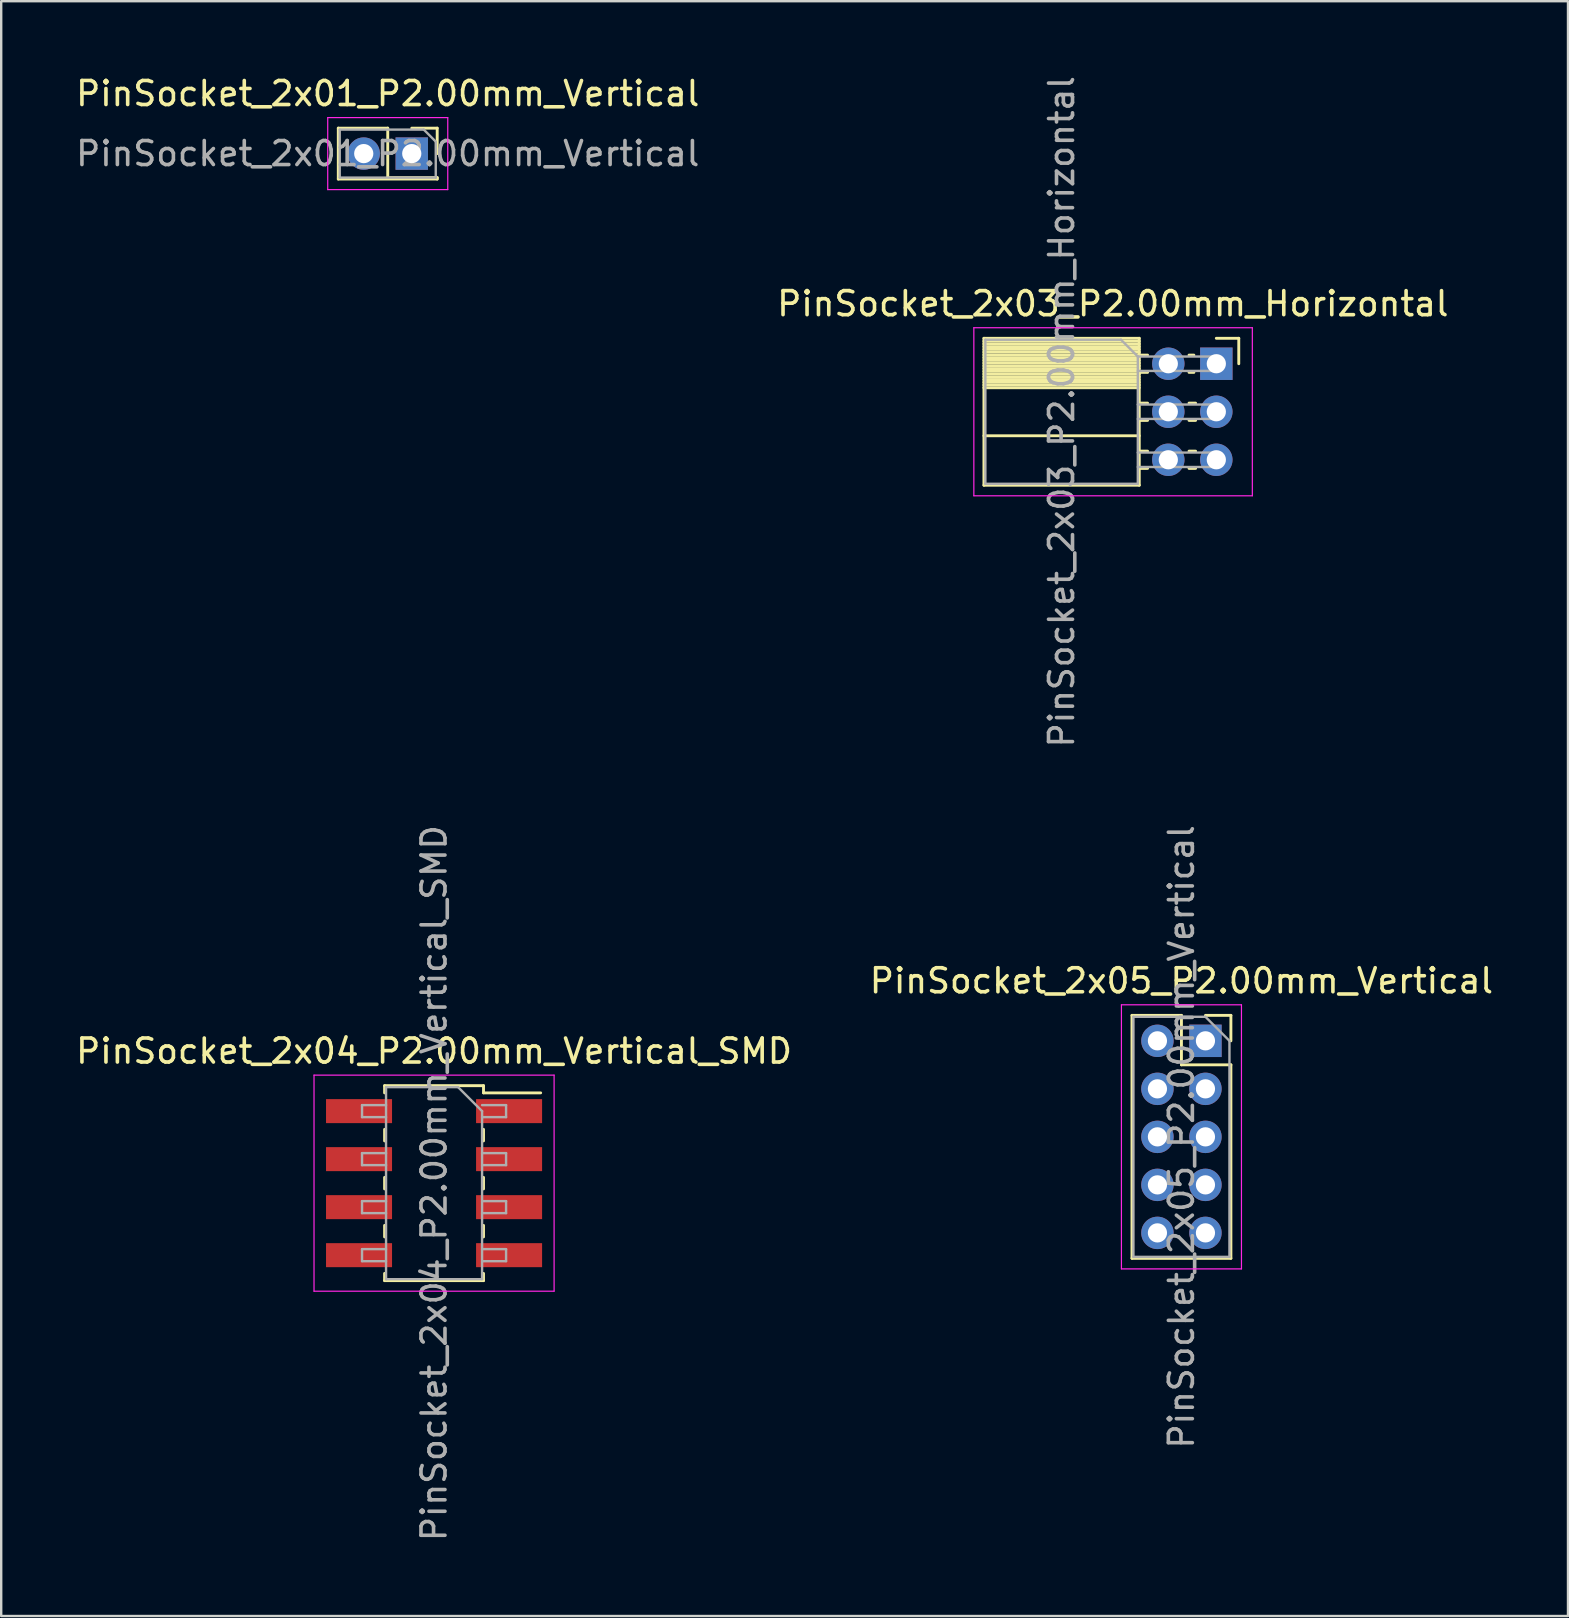
<source format=kicad_pcb>
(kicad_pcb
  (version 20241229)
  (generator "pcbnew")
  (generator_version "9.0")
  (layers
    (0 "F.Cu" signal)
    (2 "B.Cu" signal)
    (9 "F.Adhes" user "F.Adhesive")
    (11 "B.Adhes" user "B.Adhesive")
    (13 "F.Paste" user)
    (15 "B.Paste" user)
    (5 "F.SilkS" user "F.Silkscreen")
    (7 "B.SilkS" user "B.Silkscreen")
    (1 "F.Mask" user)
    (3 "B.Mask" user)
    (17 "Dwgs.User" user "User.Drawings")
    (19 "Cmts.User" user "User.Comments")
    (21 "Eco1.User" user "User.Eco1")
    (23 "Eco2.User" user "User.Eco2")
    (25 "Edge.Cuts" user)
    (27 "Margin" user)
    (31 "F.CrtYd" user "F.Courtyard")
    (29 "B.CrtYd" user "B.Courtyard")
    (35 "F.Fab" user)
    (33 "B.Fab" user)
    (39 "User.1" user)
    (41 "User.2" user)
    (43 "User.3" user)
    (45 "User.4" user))
  (footprint "PinSocket_2x04_P2.00mm_Vertical_SMD"
    (layer "F.Cu")
    (at 15.03 46.232)
    (property "Reference" "PinSocket_2x04_P2.00mm_Vertical_SMD" (at 0 -5.5 0) (layer "F.SilkS") (effects (font (size 1 1) (thickness 0.15))))
    (attr smd)
    (fp_line (start -2.06 -4.06) (end -2.06 -3.76) (stroke (width 0.12) (type solid)) (layer "F.SilkS"))
    (fp_line (start -2.06 -4.06) (end 2.06 -4.06) (stroke (width 0.12) (type solid)) (layer "F.SilkS"))
    (fp_line (start -2.06 -2.24) (end -2.06 -1.76) (stroke (width 0.12) (type solid)) (layer "F.SilkS"))
    (fp_line (start -2.06 -0.24) (end -2.06 0.24) (stroke (width 0.12) (type solid)) (layer "F.SilkS"))
    (fp_line (start -2.06 1.76) (end -2.06 2.24) (stroke (width 0.12) (type solid)) (layer "F.SilkS"))
    (fp_line (start -2.06 3.76) (end -2.06 4.06) (stroke (width 0.12) (type solid)) (layer "F.SilkS"))
    (fp_line (start -2.06 4.06) (end 2.06 4.06) (stroke (width 0.12) (type solid)) (layer "F.SilkS"))
    (fp_line (start 2.06 -4.06) (end 2.06 -3.76) (stroke (width 0.12) (type solid)) (layer "F.SilkS"))
    (fp_line (start 2.06 -3.76) (end 4.44 -3.76) (stroke (width 0.12) (type solid)) (layer "F.SilkS"))
    (fp_line (start 2.06 -2.24) (end 2.06 -1.76) (stroke (width 0.12) (type solid)) (layer "F.SilkS"))
    (fp_line (start 2.06 -0.24) (end 2.06 0.24) (stroke (width 0.12) (type solid)) (layer "F.SilkS"))
    (fp_line (start 2.06 1.76) (end 2.06 2.24) (stroke (width 0.12) (type solid)) (layer "F.SilkS"))
    (fp_line (start 2.06 3.76) (end 2.06 4.06) (stroke (width 0.12) (type solid)) (layer "F.SilkS"))
    (fp_line (start -5 -4.5) (end 5 -4.5) (stroke (width 0.05) (type solid)) (layer "F.CrtYd"))
    (fp_line (start -5 4.5) (end -5 -4.5) (stroke (width 0.05) (type solid)) (layer "F.CrtYd"))
    (fp_line (start 5 -4.5) (end 5 4.5) (stroke (width 0.05) (type solid)) (layer "F.CrtYd"))
    (fp_line (start 5 4.5) (end -5 4.5) (stroke (width 0.05) (type solid)) (layer "F.CrtYd"))
    (fp_line (start -3 -3.25) (end -2 -3.25) (stroke (width 0.1) (type solid)) (layer "F.Fab"))
    (fp_line (start -3 -2.75) (end -3 -3.25) (stroke (width 0.1) (type solid)) (layer "F.Fab"))
    (fp_line (start -3 -1.25) (end -2 -1.25) (stroke (width 0.1) (type solid)) (layer "F.Fab"))
    (fp_line (start -3 -0.75) (end -3 -1.25) (stroke (width 0.1) (type solid)) (layer "F.Fab"))
    (fp_line (start -3 0.75) (end -2 0.75) (stroke (width 0.1) (type solid)) (layer "F.Fab"))
    (fp_line (start -3 1.25) (end -3 0.75) (stroke (width 0.1) (type solid)) (layer "F.Fab"))
    (fp_line (start -3 2.75) (end -2 2.75) (stroke (width 0.1) (type solid)) (layer "F.Fab"))
    (fp_line (start -3 3.25) (end -3 2.75) (stroke (width 0.1) (type solid)) (layer "F.Fab"))
    (fp_line (start -2 -4) (end 1 -4) (stroke (width 0.1) (type solid)) (layer "F.Fab"))
    (fp_line (start -2 -2.75) (end -3 -2.75) (stroke (width 0.1) (type solid)) (layer "F.Fab"))
    (fp_line (start -2 -0.75) (end -3 -0.75) (stroke (width 0.1) (type solid)) (layer "F.Fab"))
    (fp_line (start -2 1.25) (end -3 1.25) (stroke (width 0.1) (type solid)) (layer "F.Fab"))
    (fp_line (start -2 3.25) (end -3 3.25) (stroke (width 0.1) (type solid)) (layer "F.Fab"))
    (fp_line (start -2 4) (end -2 -4) (stroke (width 0.1) (type solid)) (layer "F.Fab"))
    (fp_line (start 1 -4) (end 2 -3) (stroke (width 0.1) (type solid)) (layer "F.Fab"))
    (fp_line (start 2 -3.25) (end 3 -3.25) (stroke (width 0.1) (type solid)) (layer "F.Fab"))
    (fp_line (start 2 -3) (end 2 4) (stroke (width 0.1) (type solid)) (layer "F.Fab"))
    (fp_line (start 2 -1.25) (end 3 -1.25) (stroke (width 0.1) (type solid)) (layer "F.Fab"))
    (fp_line (start 2 0.75) (end 3 0.75) (stroke (width 0.1) (type solid)) (layer "F.Fab"))
    (fp_line (start 2 2.75) (end 3 2.75) (stroke (width 0.1) (type solid)) (layer "F.Fab"))
    (fp_line (start 2 4) (end -2 4) (stroke (width 0.1) (type solid)) (layer "F.Fab"))
    (fp_line (start 3 -3.25) (end 3 -2.75) (stroke (width 0.1) (type solid)) (layer "F.Fab"))
    (fp_line (start 3 -2.75) (end 2 -2.75) (stroke (width 0.1) (type solid)) (layer "F.Fab"))
    (fp_line (start 3 -1.25) (end 3 -0.75) (stroke (width 0.1) (type solid)) (layer "F.Fab"))
    (fp_line (start 3 -0.75) (end 2 -0.75) (stroke (width 0.1) (type solid)) (layer "F.Fab"))
    (fp_line (start 3 0.75) (end 3 1.25) (stroke (width 0.1) (type solid)) (layer "F.Fab"))
    (fp_line (start 3 1.25) (end 2 1.25) (stroke (width 0.1) (type solid)) (layer "F.Fab"))
    (fp_line (start 3 2.75) (end 3 3.25) (stroke (width 0.1) (type solid)) (layer "F.Fab"))
    (fp_line (start 3 3.25) (end 2 3.25) (stroke (width 0.1) (type solid)) (layer "F.Fab"))
    (fp_text user "${REFERENCE}" (at 0 0 90) (layer "F.Fab") (effects (font (size 1 1) (thickness 0.15))))
    (pad "1" smd rect (at 3.125 -3) (size 2.75 1) (layers "F.Cu" "F.Mask" "F.Paste"))
    (pad "2" smd rect (at -3.125 -3) (size 2.75 1) (layers "F.Cu" "F.Mask" "F.Paste"))
    (pad "3" smd rect (at 3.125 -1) (size 2.75 1) (layers "F.Cu" "F.Mask" "F.Paste"))
    (pad "4" smd rect (at -3.125 -1) (size 2.75 1) (layers "F.Cu" "F.Mask" "F.Paste"))
    (pad "5" smd rect (at 3.125 1) (size 2.75 1) (layers "F.Cu" "F.Mask" "F.Paste"))
    (pad "6" smd rect (at -3.125 1) (size 2.75 1) (layers "F.Cu" "F.Mask" "F.Paste"))
    (pad "7" smd rect (at 3.125 3) (size 2.75 1) (layers "F.Cu" "F.Mask" "F.Paste"))
    (pad "8" smd rect (at -3.125 3) (size 2.75 1) (layers "F.Cu" "F.Mask" "F.Paste")))
  (footprint "PinSocket_2x03_P2.00mm_Horizontal"
    (layer "F.Cu")
    (at 47.614 12.101)
    (property "Reference" "PinSocket_2x03_P2.00mm_Horizontal" (at -4.31 -2.5 0) (layer "F.SilkS") (effects (font (size 1 1) (thickness 0.15))))
    (attr through_hole)
    (fp_line (start -9.68 -1.06) (end -9.68 5.06) (stroke (width 0.12) (type solid)) (layer "F.SilkS"))
    (fp_line (start -9.68 -1.06) (end -3.21 -1.06) (stroke (width 0.12) (type solid)) (layer "F.SilkS"))
    (fp_line (start -9.68 -0.94) (end -3.21 -0.94) (stroke (width 0.12) (type solid)) (layer "F.SilkS"))
    (fp_line (start -9.68 -0.826) (end -3.21 -0.826) (stroke (width 0.12) (type solid)) (layer "F.SilkS"))
    (fp_line (start -9.68 -0.712) (end -3.21 -0.712) (stroke (width 0.12) (type solid)) (layer "F.SilkS"))
    (fp_line (start -9.68 -0.598) (end -3.21 -0.598) (stroke (width 0.12) (type solid)) (layer "F.SilkS"))
    (fp_line (start -9.68 -0.484) (end -3.21 -0.484) (stroke (width 0.12) (type solid)) (layer "F.SilkS"))
    (fp_line (start -9.68 -0.369) (end -3.21 -0.369) (stroke (width 0.12) (type solid)) (layer "F.SilkS"))
    (fp_line (start -9.68 -0.255) (end -3.21 -0.255) (stroke (width 0.12) (type solid)) (layer "F.SilkS"))
    (fp_line (start -9.68 -0.141) (end -3.21 -0.141) (stroke (width 0.12) (type solid)) (layer "F.SilkS"))
    (fp_line (start -9.68 -0.027) (end -3.21 -0.027) (stroke (width 0.12) (type solid)) (layer "F.SilkS"))
    (fp_line (start -9.68 0.087) (end -3.21 0.087) (stroke (width 0.12) (type solid)) (layer "F.SilkS"))
    (fp_line (start -9.68 0.201) (end -3.21 0.201) (stroke (width 0.12) (type solid)) (layer "F.SilkS"))
    (fp_line (start -9.68 0.315) (end -3.21 0.315) (stroke (width 0.12) (type solid)) (layer "F.SilkS"))
    (fp_line (start -9.68 0.429) (end -3.21 0.429) (stroke (width 0.12) (type solid)) (layer "F.SilkS"))
    (fp_line (start -9.68 0.544) (end -3.21 0.544) (stroke (width 0.12) (type solid)) (layer "F.SilkS"))
    (fp_line (start -9.68 0.658) (end -3.21 0.658) (stroke (width 0.12) (type solid)) (layer "F.SilkS"))
    (fp_line (start -9.68 0.772) (end -3.21 0.772) (stroke (width 0.12) (type solid)) (layer "F.SilkS"))
    (fp_line (start -9.68 0.886) (end -3.21 0.886) (stroke (width 0.12) (type solid)) (layer "F.SilkS"))
    (fp_line (start -9.68 1) (end -3.21 1) (stroke (width 0.12) (type solid)) (layer "F.SilkS"))
    (fp_line (start -9.68 3) (end -3.21 3) (stroke (width 0.12) (type solid)) (layer "F.SilkS"))
    (fp_line (start -9.68 5.06) (end -3.21 5.06) (stroke (width 0.12) (type solid)) (layer "F.SilkS"))
    (fp_line (start -3.21 -1.06) (end -3.21 5.06) (stroke (width 0.12) (type solid)) (layer "F.SilkS"))
    (fp_line (start -3.21 -0.36) (end -2.863 -0.36) (stroke (width 0.12) (type solid)) (layer "F.SilkS"))
    (fp_line (start -3.21 0.36) (end -2.863 0.36) (stroke (width 0.12) (type solid)) (layer "F.SilkS"))
    (fp_line (start -3.21 1.64) (end -2.863 1.64) (stroke (width 0.12) (type solid)) (layer "F.SilkS"))
    (fp_line (start -3.21 2.36) (end -2.863 2.36) (stroke (width 0.12) (type solid)) (layer "F.SilkS"))
    (fp_line (start -3.21 3.64) (end -2.863 3.64) (stroke (width 0.12) (type solid)) (layer "F.SilkS"))
    (fp_line (start -3.21 4.36) (end -2.863 4.36) (stroke (width 0.12) (type solid)) (layer "F.SilkS"))
    (fp_line (start -1.137 -0.36) (end -0.935 -0.36) (stroke (width 0.12) (type solid)) (layer "F.SilkS"))
    (fp_line (start -1.137 0.36) (end -0.935 0.36) (stroke (width 0.12) (type solid)) (layer "F.SilkS"))
    (fp_line (start -1.137 1.64) (end -0.863 1.64) (stroke (width 0.12) (type solid)) (layer "F.SilkS"))
    (fp_line (start -1.137 2.36) (end -0.863 2.36) (stroke (width 0.12) (type solid)) (layer "F.SilkS"))
    (fp_line (start -1.137 3.64) (end -0.863 3.64) (stroke (width 0.12) (type solid)) (layer "F.SilkS"))
    (fp_line (start -1.137 4.36) (end -0.863 4.36) (stroke (width 0.12) (type solid)) (layer "F.SilkS"))
    (fp_line (start 0 -1.06) (end 0.935 -1.06) (stroke (width 0.12) (type solid)) (layer "F.SilkS"))
    (fp_line (start 0.935 -1.06) (end 0.935 0) (stroke (width 0.12) (type solid)) (layer "F.SilkS"))
    (fp_line (start -10.1 -1.5) (end -10.1 5.5) (stroke (width 0.05) (type solid)) (layer "F.CrtYd"))
    (fp_line (start -10.1 5.5) (end 1.5 5.5) (stroke (width 0.05) (type solid)) (layer "F.CrtYd"))
    (fp_line (start 1.5 -1.5) (end -10.1 -1.5) (stroke (width 0.05) (type solid)) (layer "F.CrtYd"))
    (fp_line (start 1.5 5.5) (end 1.5 -1.5) (stroke (width 0.05) (type solid)) (layer "F.CrtYd"))
    (fp_line (start -9.62 -1) (end -3.97 -1) (stroke (width 0.1) (type solid)) (layer "F.Fab"))
    (fp_line (start -9.62 5) (end -9.62 -1) (stroke (width 0.1) (type solid)) (layer "F.Fab"))
    (fp_line (start -3.97 -1) (end -3.27 -0.3) (stroke (width 0.1) (type solid)) (layer "F.Fab"))
    (fp_line (start -3.27 -0.3) (end -3.27 5) (stroke (width 0.1) (type solid)) (layer "F.Fab"))
    (fp_line (start -3.27 0.3) (end 0 0.3) (stroke (width 0.1) (type solid)) (layer "F.Fab"))
    (fp_line (start -3.27 2.3) (end 0 2.3) (stroke (width 0.1) (type solid)) (layer "F.Fab"))
    (fp_line (start -3.27 4.3) (end 0 4.3) (stroke (width 0.1) (type solid)) (layer "F.Fab"))
    (fp_line (start -3.27 5) (end -9.62 5) (stroke (width 0.1) (type solid)) (layer "F.Fab"))
    (fp_line (start 0 -0.3) (end -3.27 -0.3) (stroke (width 0.1) (type solid)) (layer "F.Fab"))
    (fp_line (start 0 0.3) (end 0 -0.3) (stroke (width 0.1) (type solid)) (layer "F.Fab"))
    (fp_line (start 0 1.7) (end -3.27 1.7) (stroke (width 0.1) (type solid)) (layer "F.Fab"))
    (fp_line (start 0 2.3) (end 0 1.7) (stroke (width 0.1) (type solid)) (layer "F.Fab"))
    (fp_line (start 0 3.7) (end -3.27 3.7) (stroke (width 0.1) (type solid)) (layer "F.Fab"))
    (fp_line (start 0 4.3) (end 0 3.7) (stroke (width 0.1) (type solid)) (layer "F.Fab"))
    (fp_text user "${REFERENCE}" (at -6.445 2 90) (layer "F.Fab") (effects (font (size 1 1) (thickness 0.15))))
    (pad "1" thru_hole rect (at 0 0) (size 1.35 1.35) (drill 0.8) (layers "*.Cu" "*.Mask"))
    (pad "2" thru_hole circle (at -2 0) (size 1.35 1.35) (drill 0.8) (layers "*.Cu" "*.Mask"))
    (pad "3" thru_hole circle (at 0 2) (size 1.35 1.35) (drill 0.8) (layers "*.Cu" "*.Mask"))
    (pad "4" thru_hole circle (at -2 2) (size 1.35 1.35) (drill 0.8) (layers "*.Cu" "*.Mask"))
    (pad "5" thru_hole circle (at 0 4) (size 1.35 1.35) (drill 0.8) (layers "*.Cu" "*.Mask"))
    (pad "6" thru_hole circle (at -2 4) (size 1.35 1.35) (drill 0.8) (layers "*.Cu" "*.Mask")))
  (footprint "PinSocket_2x01_P2.00mm_Vertical"
    (layer "F.Cu")
    (at 14.101 3.348)
    (property "Reference" "PinSocket_2x01_P2.00mm_Vertical" (at -1 -2.5 0) (layer "F.SilkS") (effects (font (size 1 1) (thickness 0.15))))
    (attr through_hole)
    (fp_line (start -3.06 -1.06) (end -3.06 1.06) (stroke (width 0.12) (type solid)) (layer "F.SilkS"))
    (fp_line (start -3.06 -1.06) (end -1 -1.06) (stroke (width 0.12) (type solid)) (layer "F.SilkS"))
    (fp_line (start -3.06 1.06) (end 1.06 1.06) (stroke (width 0.12) (type solid)) (layer "F.SilkS"))
    (fp_line (start -1 -1.06) (end -1 1) (stroke (width 0.12) (type solid)) (layer "F.SilkS"))
    (fp_line (start -1 1) (end 1.06 1) (stroke (width 0.12) (type solid)) (layer "F.SilkS"))
    (fp_line (start 0 -1.06) (end 1.06 -1.06) (stroke (width 0.12) (type solid)) (layer "F.SilkS"))
    (fp_line (start 1.06 -1.06) (end 1.06 0) (stroke (width 0.12) (type solid)) (layer "F.SilkS"))
    (fp_line (start 1.06 1) (end 1.06 1.06) (stroke (width 0.12) (type solid)) (layer "F.SilkS"))
    (fp_line (start -3.5 -1.5) (end 1.5 -1.5) (stroke (width 0.05) (type solid)) (layer "F.CrtYd"))
    (fp_line (start -3.5 1.5) (end -3.5 -1.5) (stroke (width 0.05) (type solid)) (layer "F.CrtYd"))
    (fp_line (start 1.5 -1.5) (end 1.5 1.5) (stroke (width 0.05) (type solid)) (layer "F.CrtYd"))
    (fp_line (start 1.5 1.5) (end -3.5 1.5) (stroke (width 0.05) (type solid)) (layer "F.CrtYd"))
    (fp_line (start -3 -1) (end 0.5 -1) (stroke (width 0.1) (type solid)) (layer "F.Fab"))
    (fp_line (start -3 1) (end -3 -1) (stroke (width 0.1) (type solid)) (layer "F.Fab"))
    (fp_line (start 0.5 -1) (end 1 -0.5) (stroke (width 0.1) (type solid)) (layer "F.Fab"))
    (fp_line (start 1 -0.5) (end 1 1) (stroke (width 0.1) (type solid)) (layer "F.Fab"))
    (fp_line (start 1 1) (end -3 1) (stroke (width 0.1) (type solid)) (layer "F.Fab"))
    (fp_text user "${REFERENCE}" (at -1 0 0) (layer "F.Fab") (effects (font (size 1 1) (thickness 0.15))))
    (pad "1" thru_hole rect (at 0 0) (size 1.35 1.35) (drill 0.8) (layers "*.Cu" "*.Mask"))
    (pad "2" thru_hole circle (at -2 0) (size 1.35 1.35) (drill 0.8) (layers "*.Cu" "*.Mask")))
  (footprint "PinSocket_2x05_P2.00mm_Vertical"
    (layer "F.Cu")
    (at 47.161 40.304)
    (property "Reference" "PinSocket_2x05_P2.00mm_Vertical" (at -1 -2.5 0) (layer "F.SilkS") (effects (font (size 1 1) (thickness 0.15))))
    (attr through_hole)
    (fp_line (start -3.06 -1.06) (end -3.06 9.06) (stroke (width 0.12) (type solid)) (layer "F.SilkS"))
    (fp_line (start -3.06 -1.06) (end -1 -1.06) (stroke (width 0.12) (type solid)) (layer "F.SilkS"))
    (fp_line (start -3.06 9.06) (end 1.06 9.06) (stroke (width 0.12) (type solid)) (layer "F.SilkS"))
    (fp_line (start -1 -1.06) (end -1 1) (stroke (width 0.12) (type solid)) (layer "F.SilkS"))
    (fp_line (start -1 1) (end 1.06 1) (stroke (width 0.12) (type solid)) (layer "F.SilkS"))
    (fp_line (start 0 -1.06) (end 1.06 -1.06) (stroke (width 0.12) (type solid)) (layer "F.SilkS"))
    (fp_line (start 1.06 -1.06) (end 1.06 0) (stroke (width 0.12) (type solid)) (layer "F.SilkS"))
    (fp_line (start 1.06 1) (end 1.06 9.06) (stroke (width 0.12) (type solid)) (layer "F.SilkS"))
    (fp_line (start -3.5 -1.5) (end 1.5 -1.5) (stroke (width 0.05) (type solid)) (layer "F.CrtYd"))
    (fp_line (start -3.5 9.5) (end -3.5 -1.5) (stroke (width 0.05) (type solid)) (layer "F.CrtYd"))
    (fp_line (start 1.5 -1.5) (end 1.5 9.5) (stroke (width 0.05) (type solid)) (layer "F.CrtYd"))
    (fp_line (start 1.5 9.5) (end -3.5 9.5) (stroke (width 0.05) (type solid)) (layer "F.CrtYd"))
    (fp_line (start -3 -1) (end 0 -1) (stroke (width 0.1) (type solid)) (layer "F.Fab"))
    (fp_line (start -3 9) (end -3 -1) (stroke (width 0.1) (type solid)) (layer "F.Fab"))
    (fp_line (start 0 -1) (end 1 0) (stroke (width 0.1) (type solid)) (layer "F.Fab"))
    (fp_line (start 1 0) (end 1 9) (stroke (width 0.1) (type solid)) (layer "F.Fab"))
    (fp_line (start 1 9) (end -3 9) (stroke (width 0.1) (type solid)) (layer "F.Fab"))
    (fp_text user "${REFERENCE}" (at -1 4 90) (layer "F.Fab") (effects (font (size 1 1) (thickness 0.15))))
    (pad "1" thru_hole rect (at 0 0) (size 1.35 1.35) (drill 0.8) (layers "*.Cu" "*.Mask"))
    (pad "2" thru_hole circle (at -2 0) (size 1.35 1.35) (drill 0.8) (layers "*.Cu" "*.Mask"))
    (pad "3" thru_hole circle (at 0 2) (size 1.35 1.35) (drill 0.8) (layers "*.Cu" "*.Mask"))
    (pad "4" thru_hole circle (at -2 2) (size 1.35 1.35) (drill 0.8) (layers "*.Cu" "*.Mask"))
    (pad "5" thru_hole circle (at 0 4) (size 1.35 1.35) (drill 0.8) (layers "*.Cu" "*.Mask"))
    (pad "6" thru_hole circle (at -2 4) (size 1.35 1.35) (drill 0.8) (layers "*.Cu" "*.Mask"))
    (pad "7" thru_hole circle (at 0 6) (size 1.35 1.35) (drill 0.8) (layers "*.Cu" "*.Mask"))
    (pad "8" thru_hole circle (at -2 6) (size 1.35 1.35) (drill 0.8) (layers "*.Cu" "*.Mask"))
    (pad "9" thru_hole circle (at 0 8) (size 1.35 1.35) (drill 0.8) (layers "*.Cu" "*.Mask"))
    (pad "10" thru_hole circle (at -2 8) (size 1.35 1.35) (drill 0.8) (layers "*.Cu" "*.Mask")))
  (gr_rect
    (start -3 -3)
    (end 62.262 64.262)
    (stroke (width 0.1) (type default))
    (fill no)
    (layer "Edge.Cuts")))
</source>
